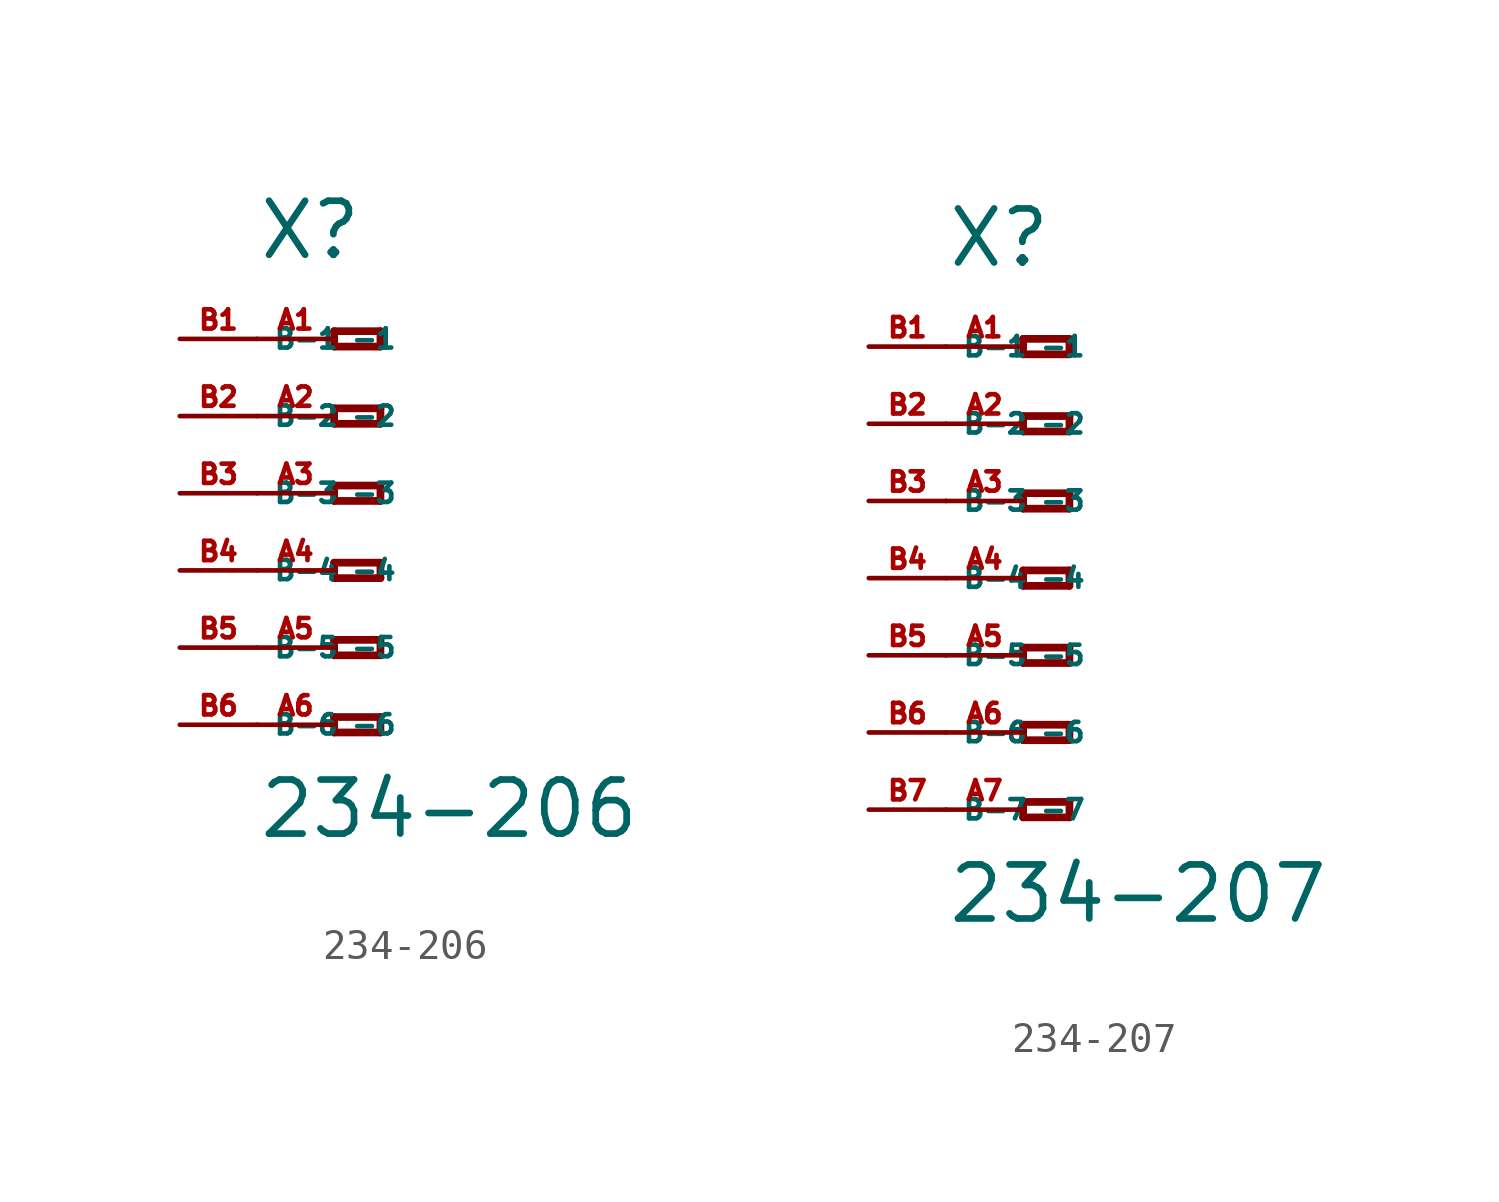
<source format=kicad_sym>
(kicad_symbol_lib
  (version 20220914)
  (generator Eagle2Kicad)
  (symbol "234-206"
    (property "Reference" "X"
      (at -5.08 7.62 0)
      (effects (font (size 1.778 1.778) (thickness 0.22)) (justify left bottom)))
    (property "Value" "234-206"
      (at -5.08 -11.43 0)
      (effects (font (size 1.778 1.778) (thickness 0.22)) (justify left bottom)))
    (polyline
      (pts (xy -2.54 5.334) (xy -2.54 4.826))
      (stroke (width 0.254) (type default))
      (fill (type none)))
    (polyline
      (pts (xy -2.54 4.826) (xy -1.016 4.826))
      (stroke (width 0.254) (type default))
      (fill (type none)))
    (polyline
      (pts (xy -1.016 4.826) (xy -1.016 5.334))
      (stroke (width 0.254) (type default))
      (fill (type none)))
    (polyline
      (pts (xy -1.016 5.334) (xy -2.54 5.334))
      (stroke (width 0.254) (type default))
      (fill (type none)))
    (polyline
      (pts (xy -2.54 2.794) (xy -2.54 2.286))
      (stroke (width 0.254) (type default))
      (fill (type none)))
    (polyline
      (pts (xy -2.54 2.286) (xy -1.016 2.286))
      (stroke (width 0.254) (type default))
      (fill (type none)))
    (polyline
      (pts (xy -1.016 2.286) (xy -1.016 2.794))
      (stroke (width 0.254) (type default))
      (fill (type none)))
    (polyline
      (pts (xy -1.016 2.794) (xy -2.54 2.794))
      (stroke (width 0.254) (type default))
      (fill (type none)))
    (polyline
      (pts (xy -2.54 0.254) (xy -2.54 -0.254))
      (stroke (width 0.254) (type default))
      (fill (type none)))
    (polyline
      (pts (xy -2.54 -0.254) (xy -1.016 -0.254))
      (stroke (width 0.254) (type default))
      (fill (type none)))
    (polyline
      (pts (xy -1.016 -0.254) (xy -1.016 0.254))
      (stroke (width 0.254) (type default))
      (fill (type none)))
    (polyline
      (pts (xy -1.016 0.254) (xy -2.54 0.254))
      (stroke (width 0.254) (type default))
      (fill (type none)))
    (polyline
      (pts (xy -2.54 -2.286) (xy -2.54 -2.794))
      (stroke (width 0.254) (type default))
      (fill (type none)))
    (polyline
      (pts (xy -2.54 -2.794) (xy -1.016 -2.794))
      (stroke (width 0.254) (type default))
      (fill (type none)))
    (polyline
      (pts (xy -1.016 -2.794) (xy -1.016 -2.286))
      (stroke (width 0.254) (type default))
      (fill (type none)))
    (polyline
      (pts (xy -1.016 -2.286) (xy -2.54 -2.286))
      (stroke (width 0.254) (type default))
      (fill (type none)))
    (polyline
      (pts (xy -2.54 -4.826) (xy -2.54 -5.334))
      (stroke (width 0.254) (type default))
      (fill (type none)))
    (polyline
      (pts (xy -2.54 -5.334) (xy -1.016 -5.334))
      (stroke (width 0.254) (type default))
      (fill (type none)))
    (polyline
      (pts (xy -1.016 -5.334) (xy -1.016 -4.826))
      (stroke (width 0.254) (type default))
      (fill (type none)))
    (polyline
      (pts (xy -1.016 -4.826) (xy -2.54 -4.826))
      (stroke (width 0.254) (type default))
      (fill (type none)))
    (polyline
      (pts (xy -2.54 -7.366) (xy -2.54 -7.874))
      (stroke (width 0.254) (type default))
      (fill (type none)))
    (polyline
      (pts (xy -2.54 -7.874) (xy -1.016 -7.874))
      (stroke (width 0.254) (type default))
      (fill (type none)))
    (polyline
      (pts (xy -1.016 -7.874) (xy -1.016 -7.366))
      (stroke (width 0.254) (type default))
      (fill (type none)))
    (polyline
      (pts (xy -1.016 -7.366) (xy -2.54 -7.366))
      (stroke (width 0.254) (type default))
      (fill (type none)))
    (pin passive line
      (at -5.08 5.08 0)
      (length 2.54)
      (name "-1" (effects (font (size 0.635 0.635) (thickness 0.08)) (justify left bottom)))
      (number "A1" (effects (font (size 0.635 0.635) (thickness 0.08)) (justify left bottom))))
    (pin passive line
      (at -5.08 2.54 0)
      (length 2.54)
      (name "-2" (effects (font (size 0.635 0.635) (thickness 0.08)) (justify left bottom)))
      (number "A2" (effects (font (size 0.635 0.635) (thickness 0.08)) (justify left bottom))))
    (pin passive line
      (at -5.08 0 0)
      (length 2.54)
      (name "-3" (effects (font (size 0.635 0.635) (thickness 0.08)) (justify left bottom)))
      (number "A3" (effects (font (size 0.635 0.635) (thickness 0.08)) (justify left bottom))))
    (pin passive line
      (at -5.08 -2.54 0)
      (length 2.54)
      (name "-4" (effects (font (size 0.635 0.635) (thickness 0.08)) (justify left bottom)))
      (number "A4" (effects (font (size 0.635 0.635) (thickness 0.08)) (justify left bottom))))
    (pin passive line
      (at -5.08 -5.08 0)
      (length 2.54)
      (name "-5" (effects (font (size 0.635 0.635) (thickness 0.08)) (justify left bottom)))
      (number "A5" (effects (font (size 0.635 0.635) (thickness 0.08)) (justify left bottom))))
    (pin passive line
      (at -5.08 -7.62 0)
      (length 2.54)
      (name "-6" (effects (font (size 0.635 0.635) (thickness 0.08)) (justify left bottom)))
      (number "A6" (effects (font (size 0.635 0.635) (thickness 0.08)) (justify left bottom))))
    (pin passive line
      (at -7.62 -7.62 0)
      (length 2.54)
      (name "B-6" (effects (font (size 0.635 0.635) (thickness 0.08)) (justify left bottom)))
      (number "B6" (effects (font (size 0.635 0.635) (thickness 0.08)) (justify left bottom))))
    (pin passive line
      (at -7.62 5.08 0)
      (length 2.54)
      (name "B-1" (effects (font (size 0.635 0.635) (thickness 0.08)) (justify left bottom)))
      (number "B1" (effects (font (size 0.635 0.635) (thickness 0.08)) (justify left bottom))))
    (pin passive line
      (at -7.62 2.54 0)
      (length 2.54)
      (name "B-2" (effects (font (size 0.635 0.635) (thickness 0.08)) (justify left bottom)))
      (number "B2" (effects (font (size 0.635 0.635) (thickness 0.08)) (justify left bottom))))
    (pin passive line
      (at -7.62 0 0)
      (length 2.54)
      (name "B-3" (effects (font (size 0.635 0.635) (thickness 0.08)) (justify left bottom)))
      (number "B3" (effects (font (size 0.635 0.635) (thickness 0.08)) (justify left bottom))))
    (pin passive line
      (at -7.62 -2.54 0)
      (length 2.54)
      (name "B-4" (effects (font (size 0.635 0.635) (thickness 0.08)) (justify left bottom)))
      (number "B4" (effects (font (size 0.635 0.635) (thickness 0.08)) (justify left bottom))))
    (pin passive line
      (at -7.62 -5.08 0)
      (length 2.54)
      (name "B-5" (effects (font (size 0.635 0.635) (thickness 0.08)) (justify left bottom)))
      (number "B5" (effects (font (size 0.635 0.635) (thickness 0.08)) (justify left bottom)))))
  (symbol "234-207"
    (property "Reference" "X"
      (at -5.08 10.16 0)
      (effects (font (size 1.778 1.778) (thickness 0.22)) (justify left bottom)))
    (property "Value" "234-207"
      (at -5.08 -11.43 0)
      (effects (font (size 1.778 1.778) (thickness 0.22)) (justify left bottom)))
    (polyline
      (pts (xy -2.54 7.874) (xy -2.54 7.366))
      (stroke (width 0.254) (type default))
      (fill (type none)))
    (polyline
      (pts (xy -2.54 7.366) (xy -1.016 7.366))
      (stroke (width 0.254) (type default))
      (fill (type none)))
    (polyline
      (pts (xy -1.016 7.366) (xy -1.016 7.874))
      (stroke (width 0.254) (type default))
      (fill (type none)))
    (polyline
      (pts (xy -1.016 7.874) (xy -2.54 7.874))
      (stroke (width 0.254) (type default))
      (fill (type none)))
    (polyline
      (pts (xy -2.54 5.334) (xy -2.54 4.826))
      (stroke (width 0.254) (type default))
      (fill (type none)))
    (polyline
      (pts (xy -2.54 4.826) (xy -1.016 4.826))
      (stroke (width 0.254) (type default))
      (fill (type none)))
    (polyline
      (pts (xy -1.016 4.826) (xy -1.016 5.334))
      (stroke (width 0.254) (type default))
      (fill (type none)))
    (polyline
      (pts (xy -1.016 5.334) (xy -2.54 5.334))
      (stroke (width 0.254) (type default))
      (fill (type none)))
    (polyline
      (pts (xy -2.54 2.794) (xy -2.54 2.286))
      (stroke (width 0.254) (type default))
      (fill (type none)))
    (polyline
      (pts (xy -2.54 2.286) (xy -1.016 2.286))
      (stroke (width 0.254) (type default))
      (fill (type none)))
    (polyline
      (pts (xy -1.016 2.286) (xy -1.016 2.794))
      (stroke (width 0.254) (type default))
      (fill (type none)))
    (polyline
      (pts (xy -1.016 2.794) (xy -2.54 2.794))
      (stroke (width 0.254) (type default))
      (fill (type none)))
    (polyline
      (pts (xy -2.54 0.254) (xy -2.54 -0.254))
      (stroke (width 0.254) (type default))
      (fill (type none)))
    (polyline
      (pts (xy -2.54 -0.254) (xy -1.016 -0.254))
      (stroke (width 0.254) (type default))
      (fill (type none)))
    (polyline
      (pts (xy -1.016 -0.254) (xy -1.016 0.254))
      (stroke (width 0.254) (type default))
      (fill (type none)))
    (polyline
      (pts (xy -1.016 0.254) (xy -2.54 0.254))
      (stroke (width 0.254) (type default))
      (fill (type none)))
    (polyline
      (pts (xy -2.54 -2.286) (xy -2.54 -2.794))
      (stroke (width 0.254) (type default))
      (fill (type none)))
    (polyline
      (pts (xy -2.54 -2.794) (xy -1.016 -2.794))
      (stroke (width 0.254) (type default))
      (fill (type none)))
    (polyline
      (pts (xy -1.016 -2.794) (xy -1.016 -2.286))
      (stroke (width 0.254) (type default))
      (fill (type none)))
    (polyline
      (pts (xy -1.016 -2.286) (xy -2.54 -2.286))
      (stroke (width 0.254) (type default))
      (fill (type none)))
    (polyline
      (pts (xy -2.54 -4.826) (xy -2.54 -5.334))
      (stroke (width 0.254) (type default))
      (fill (type none)))
    (polyline
      (pts (xy -2.54 -5.334) (xy -1.016 -5.334))
      (stroke (width 0.254) (type default))
      (fill (type none)))
    (polyline
      (pts (xy -1.016 -5.334) (xy -1.016 -4.826))
      (stroke (width 0.254) (type default))
      (fill (type none)))
    (polyline
      (pts (xy -1.016 -4.826) (xy -2.54 -4.826))
      (stroke (width 0.254) (type default))
      (fill (type none)))
    (polyline
      (pts (xy -2.54 -7.366) (xy -2.54 -7.874))
      (stroke (width 0.254) (type default))
      (fill (type none)))
    (polyline
      (pts (xy -2.54 -7.874) (xy -1.016 -7.874))
      (stroke (width 0.254) (type default))
      (fill (type none)))
    (polyline
      (pts (xy -1.016 -7.874) (xy -1.016 -7.366))
      (stroke (width 0.254) (type default))
      (fill (type none)))
    (polyline
      (pts (xy -1.016 -7.366) (xy -2.54 -7.366))
      (stroke (width 0.254) (type default))
      (fill (type none)))
    (pin passive line
      (at -5.08 7.62 0)
      (length 2.54)
      (name "-1" (effects (font (size 0.635 0.635) (thickness 0.08)) (justify left bottom)))
      (number "A1" (effects (font (size 0.635 0.635) (thickness 0.08)) (justify left bottom))))
    (pin passive line
      (at -5.08 5.08 0)
      (length 2.54)
      (name "-2" (effects (font (size 0.635 0.635) (thickness 0.08)) (justify left bottom)))
      (number "A2" (effects (font (size 0.635 0.635) (thickness 0.08)) (justify left bottom))))
    (pin passive line
      (at -5.08 2.54 0)
      (length 2.54)
      (name "-3" (effects (font (size 0.635 0.635) (thickness 0.08)) (justify left bottom)))
      (number "A3" (effects (font (size 0.635 0.635) (thickness 0.08)) (justify left bottom))))
    (pin passive line
      (at -5.08 0 0)
      (length 2.54)
      (name "-4" (effects (font (size 0.635 0.635) (thickness 0.08)) (justify left bottom)))
      (number "A4" (effects (font (size 0.635 0.635) (thickness 0.08)) (justify left bottom))))
    (pin passive line
      (at -5.08 -2.54 0)
      (length 2.54)
      (name "-5" (effects (font (size 0.635 0.635) (thickness 0.08)) (justify left bottom)))
      (number "A5" (effects (font (size 0.635 0.635) (thickness 0.08)) (justify left bottom))))
    (pin passive line
      (at -5.08 -5.08 0)
      (length 2.54)
      (name "-6" (effects (font (size 0.635 0.635) (thickness 0.08)) (justify left bottom)))
      (number "A6" (effects (font (size 0.635 0.635) (thickness 0.08)) (justify left bottom))))
    (pin passive line
      (at -5.08 -7.62 0)
      (length 2.54)
      (name "-7" (effects (font (size 0.635 0.635) (thickness 0.08)) (justify left bottom)))
      (number "A7" (effects (font (size 0.635 0.635) (thickness 0.08)) (justify left bottom))))
    (pin passive line
      (at -7.62 -7.62 0)
      (length 2.54)
      (name "B-7" (effects (font (size 0.635 0.635) (thickness 0.08)) (justify left bottom)))
      (number "B7" (effects (font (size 0.635 0.635) (thickness 0.08)) (justify left bottom))))
    (pin passive line
      (at -7.62 7.62 0)
      (length 2.54)
      (name "B-1" (effects (font (size 0.635 0.635) (thickness 0.08)) (justify left bottom)))
      (number "B1" (effects (font (size 0.635 0.635) (thickness 0.08)) (justify left bottom))))
    (pin passive line
      (at -7.62 5.08 0)
      (length 2.54)
      (name "B-2" (effects (font (size 0.635 0.635) (thickness 0.08)) (justify left bottom)))
      (number "B2" (effects (font (size 0.635 0.635) (thickness 0.08)) (justify left bottom))))
    (pin passive line
      (at -7.62 2.54 0)
      (length 2.54)
      (name "B-3" (effects (font (size 0.635 0.635) (thickness 0.08)) (justify left bottom)))
      (number "B3" (effects (font (size 0.635 0.635) (thickness 0.08)) (justify left bottom))))
    (pin passive line
      (at -7.62 0 0)
      (length 2.54)
      (name "B-4" (effects (font (size 0.635 0.635) (thickness 0.08)) (justify left bottom)))
      (number "B4" (effects (font (size 0.635 0.635) (thickness 0.08)) (justify left bottom))))
    (pin passive line
      (at -7.62 -2.54 0)
      (length 2.54)
      (name "B-5" (effects (font (size 0.635 0.635) (thickness 0.08)) (justify left bottom)))
      (number "B5" (effects (font (size 0.635 0.635) (thickness 0.08)) (justify left bottom))))
    (pin passive line
      (at -7.62 -5.08 0)
      (length 2.54)
      (name "B-6" (effects (font (size 0.635 0.635) (thickness 0.08)) (justify left bottom)))
      (number "B6" (effects (font (size 0.635 0.635) (thickness 0.08)) (justify left bottom))))))
</source>
